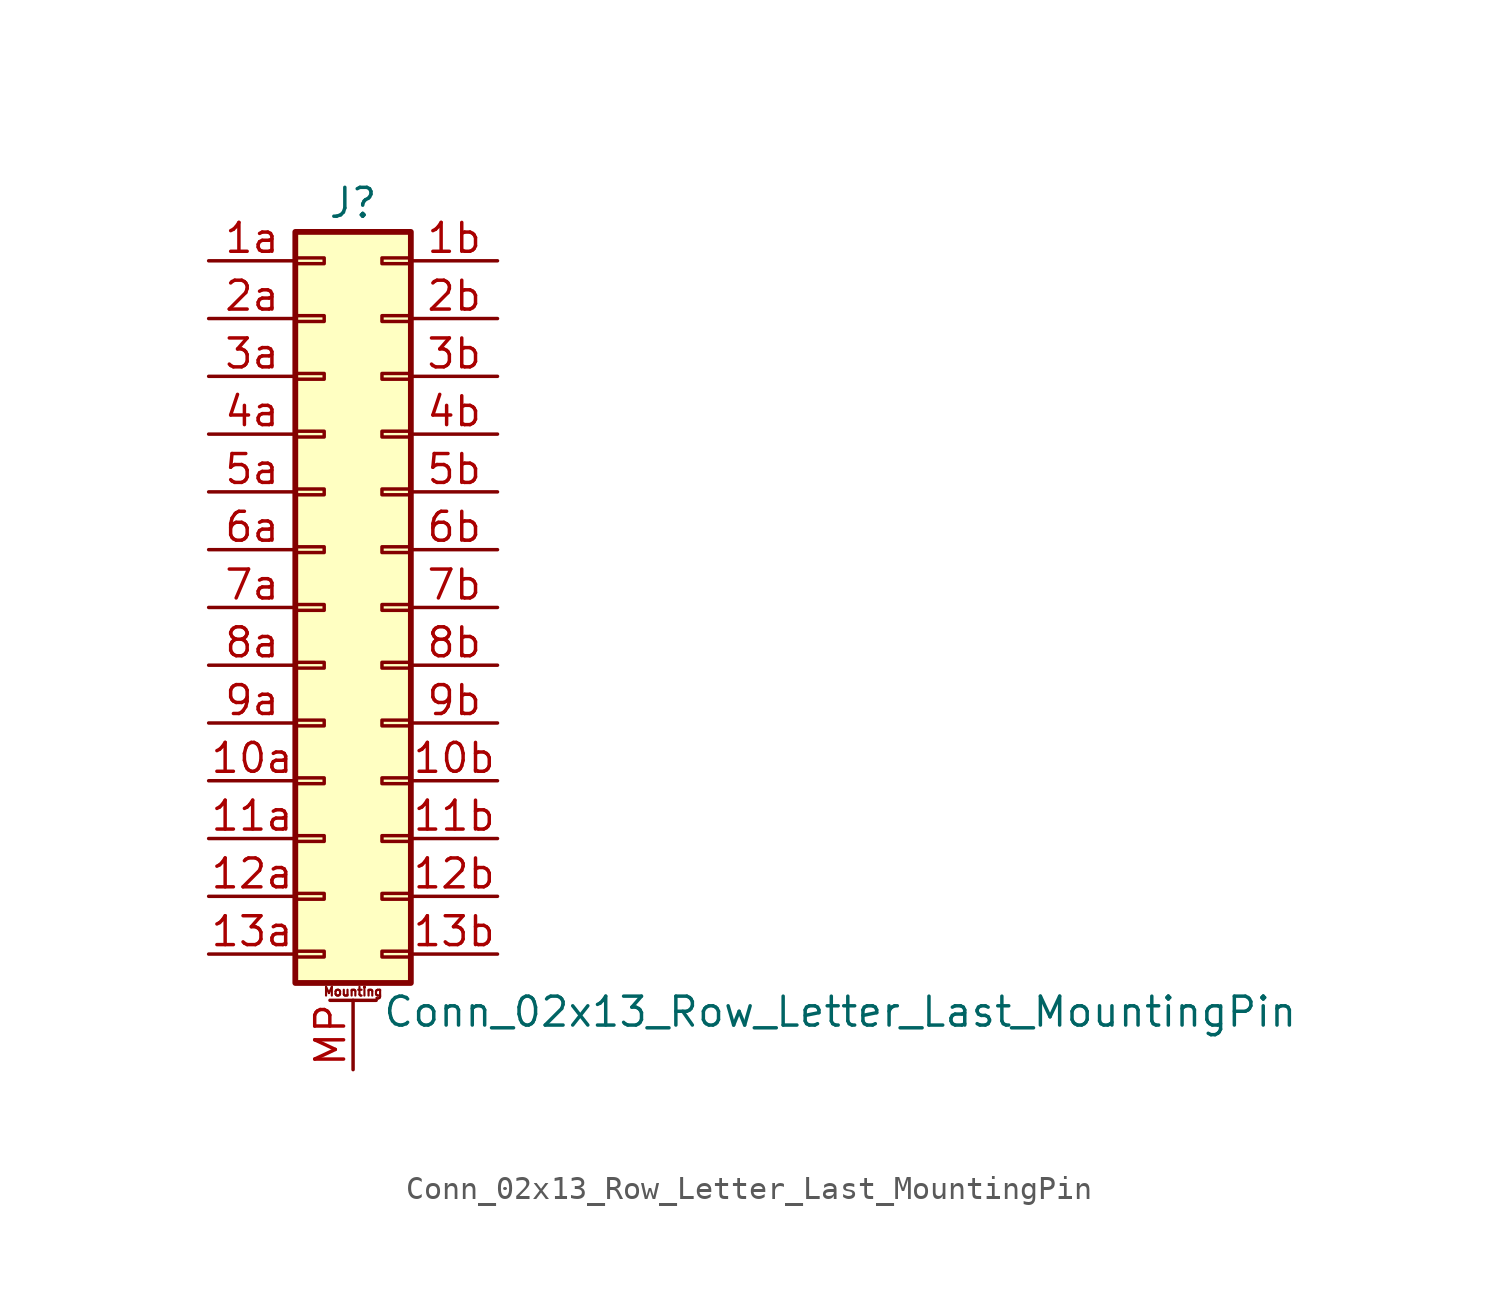
<source format=kicad_sym>
(kicad_symbol_lib
  (version 20211014)
  (generator kicad_symbol_editor)
  (symbol "Conn_02x13_Row_Letter_Last_MountingPin"
    (pin_names
      (offset 1.016) hide)
    (property "Reference" "J"
      (at 1.27 17.78 0)
      (effects (font (size 1.27 1.27))))
    (property "Value" "Conn_02x13_Row_Letter_Last_MountingPin"
      (at 2.54 -17.78 0)
      (effects (font (size 1.27 1.27)) (justify left)))
    (symbol "Conn_02x13_Row_Letter_Last_MountingPin_1_1"
      (rectangle (start -1.27 -15.113) (end 0 -15.367) (stroke (width 0.152) (type default) (color 0 0 0 0)) (fill (type none)))
      (rectangle (start -1.27 -12.573) (end 0 -12.827) (stroke (width 0.152) (type default) (color 0 0 0 0)) (fill (type none)))
      (rectangle (start -1.27 -10.033) (end 0 -10.287) (stroke (width 0.152) (type default) (color 0 0 0 0)) (fill (type none)))
      (rectangle (start -1.27 -7.493) (end 0 -7.747) (stroke (width 0.152) (type default) (color 0 0 0 0)) (fill (type none)))
      (rectangle (start -1.27 -4.953) (end 0 -5.207) (stroke (width 0.152) (type default) (color 0 0 0 0)) (fill (type none)))
      (rectangle (start -1.27 -2.413) (end 0 -2.667) (stroke (width 0.152) (type default) (color 0 0 0 0)) (fill (type none)))
      (rectangle (start -1.27 0.127) (end 0 -0.127) (stroke (width 0.152) (type default) (color 0 0 0 0)) (fill (type none)))
      (rectangle (start -1.27 2.667) (end 0 2.413) (stroke (width 0.152) (type default) (color 0 0 0 0)) (fill (type none)))
      (rectangle (start -1.27 5.207) (end 0 4.953) (stroke (width 0.152) (type default) (color 0 0 0 0)) (fill (type none)))
      (rectangle (start -1.27 7.747) (end 0 7.493) (stroke (width 0.152) (type default) (color 0 0 0 0)) (fill (type none)))
      (rectangle (start -1.27 10.287) (end 0 10.033) (stroke (width 0.152) (type default) (color 0 0 0 0)) (fill (type none)))
      (rectangle (start -1.27 12.827) (end 0 12.573) (stroke (width 0.152) (type default) (color 0 0 0 0)) (fill (type none)))
      (rectangle (start -1.27 15.367) (end 0 15.113) (stroke (width 0.152) (type default) (color 0 0 0 0)) (fill (type none)))
      (rectangle (start -1.27 16.51) (end 3.81 -16.51) (stroke (width 0.254) (type default) (color 0 0 0 0)) (fill (type background)))
      (polyline (pts (xy 0.254 -17.272) (xy 2.286 -17.272)) (stroke (width 0.152) (type default) (color 0 0 0 0)) (fill (type none)))
      (rectangle (start 3.81 -15.113) (end 2.54 -15.367) (stroke (width 0.152) (type default) (color 0 0 0 0)) (fill (type none)))
      (rectangle (start 3.81 -12.573) (end 2.54 -12.827) (stroke (width 0.152) (type default) (color 0 0 0 0)) (fill (type none)))
      (rectangle (start 3.81 -10.033) (end 2.54 -10.287) (stroke (width 0.152) (type default) (color 0 0 0 0)) (fill (type none)))
      (rectangle (start 3.81 -7.493) (end 2.54 -7.747) (stroke (width 0.152) (type default) (color 0 0 0 0)) (fill (type none)))
      (rectangle (start 3.81 -4.953) (end 2.54 -5.207) (stroke (width 0.152) (type default) (color 0 0 0 0)) (fill (type none)))
      (rectangle (start 3.81 -2.413) (end 2.54 -2.667) (stroke (width 0.152) (type default) (color 0 0 0 0)) (fill (type none)))
      (rectangle (start 3.81 0.127) (end 2.54 -0.127) (stroke (width 0.152) (type default) (color 0 0 0 0)) (fill (type none)))
      (rectangle (start 3.81 2.667) (end 2.54 2.413) (stroke (width 0.152) (type default) (color 0 0 0 0)) (fill (type none)))
      (rectangle (start 3.81 5.207) (end 2.54 4.953) (stroke (width 0.152) (type default) (color 0 0 0 0)) (fill (type none)))
      (rectangle (start 3.81 7.747) (end 2.54 7.493) (stroke (width 0.152) (type default) (color 0 0 0 0)) (fill (type none)))
      (rectangle (start 3.81 10.287) (end 2.54 10.033) (stroke (width 0.152) (type default) (color 0 0 0 0)) (fill (type none)))
      (rectangle (start 3.81 12.827) (end 2.54 12.573) (stroke (width 0.152) (type default) (color 0 0 0 0)) (fill (type none)))
      (rectangle (start 3.81 15.367) (end 2.54 15.113) (stroke (width 0.152) (type default) (color 0 0 0 0)) (fill (type none)))
      (text "Mounting" (at 1.27 -16.891 0) (effects (font (size 0.381 0.381))))
      (pin passive line (at -5.08 -7.62 0) (length 3.81) (name "Pin_10a" (effects (font (size 1.27 1.27)))) (number "10a" (effects (font (size 1.27 1.27)))))
      (pin passive line (at 7.62 -7.62 180) (length 3.81) (name "Pin_10b" (effects (font (size 1.27 1.27)))) (number "10b" (effects (font (size 1.27 1.27)))))
      (pin passive line (at -5.08 -10.16 0) (length 3.81) (name "Pin_11a" (effects (font (size 1.27 1.27)))) (number "11a" (effects (font (size 1.27 1.27)))))
      (pin passive line (at 7.62 -10.16 180) (length 3.81) (name "Pin_11b" (effects (font (size 1.27 1.27)))) (number "11b" (effects (font (size 1.27 1.27)))))
      (pin passive line (at -5.08 -12.7 0) (length 3.81) (name "Pin_12a" (effects (font (size 1.27 1.27)))) (number "12a" (effects (font (size 1.27 1.27)))))
      (pin passive line (at 7.62 -12.7 180) (length 3.81) (name "Pin_12b" (effects (font (size 1.27 1.27)))) (number "12b" (effects (font (size 1.27 1.27)))))
      (pin passive line (at -5.08 -15.24 0) (length 3.81) (name "Pin_13a" (effects (font (size 1.27 1.27)))) (number "13a" (effects (font (size 1.27 1.27)))))
      (pin passive line (at 7.62 -15.24 180) (length 3.81) (name "Pin_13b" (effects (font (size 1.27 1.27)))) (number "13b" (effects (font (size 1.27 1.27)))))
      (pin passive line (at -5.08 15.24 0) (length 3.81) (name "Pin_1a" (effects (font (size 1.27 1.27)))) (number "1a" (effects (font (size 1.27 1.27)))))
      (pin passive line (at 7.62 15.24 180) (length 3.81) (name "Pin_1b" (effects (font (size 1.27 1.27)))) (number "1b" (effects (font (size 1.27 1.27)))))
      (pin passive line (at -5.08 12.7 0) (length 3.81) (name "Pin_2a" (effects (font (size 1.27 1.27)))) (number "2a" (effects (font (size 1.27 1.27)))))
      (pin passive line (at 7.62 12.7 180) (length 3.81) (name "Pin_2b" (effects (font (size 1.27 1.27)))) (number "2b" (effects (font (size 1.27 1.27)))))
      (pin passive line (at -5.08 10.16 0) (length 3.81) (name "Pin_3a" (effects (font (size 1.27 1.27)))) (number "3a" (effects (font (size 1.27 1.27)))))
      (pin passive line (at 7.62 10.16 180) (length 3.81) (name "Pin_3b" (effects (font (size 1.27 1.27)))) (number "3b" (effects (font (size 1.27 1.27)))))
      (pin passive line (at -5.08 7.62 0) (length 3.81) (name "Pin_4a" (effects (font (size 1.27 1.27)))) (number "4a" (effects (font (size 1.27 1.27)))))
      (pin passive line (at 7.62 7.62 180) (length 3.81) (name "Pin_4b" (effects (font (size 1.27 1.27)))) (number "4b" (effects (font (size 1.27 1.27)))))
      (pin passive line (at -5.08 5.08 0) (length 3.81) (name "Pin_5a" (effects (font (size 1.27 1.27)))) (number "5a" (effects (font (size 1.27 1.27)))))
      (pin passive line (at 7.62 5.08 180) (length 3.81) (name "Pin_5b" (effects (font (size 1.27 1.27)))) (number "5b" (effects (font (size 1.27 1.27)))))
      (pin passive line (at -5.08 2.54 0) (length 3.81) (name "Pin_6a" (effects (font (size 1.27 1.27)))) (number "6a" (effects (font (size 1.27 1.27)))))
      (pin passive line (at 7.62 2.54 180) (length 3.81) (name "Pin_6b" (effects (font (size 1.27 1.27)))) (number "6b" (effects (font (size 1.27 1.27)))))
      (pin passive line (at -5.08 0 0) (length 3.81) (name "Pin_7a" (effects (font (size 1.27 1.27)))) (number "7a" (effects (font (size 1.27 1.27)))))
      (pin passive line (at 7.62 0 180) (length 3.81) (name "Pin_7b" (effects (font (size 1.27 1.27)))) (number "7b" (effects (font (size 1.27 1.27)))))
      (pin passive line (at -5.08 -2.54 0) (length 3.81) (name "Pin_8a" (effects (font (size 1.27 1.27)))) (number "8a" (effects (font (size 1.27 1.27)))))
      (pin passive line (at 7.62 -2.54 180) (length 3.81) (name "Pin_8b" (effects (font (size 1.27 1.27)))) (number "8b" (effects (font (size 1.27 1.27)))))
      (pin passive line (at -5.08 -5.08 0) (length 3.81) (name "Pin_9a" (effects (font (size 1.27 1.27)))) (number "9a" (effects (font (size 1.27 1.27)))))
      (pin passive line (at 7.62 -5.08 180) (length 3.81) (name "Pin_9b" (effects (font (size 1.27 1.27)))) (number "9b" (effects (font (size 1.27 1.27)))))
      (pin passive line (at 1.27 -20.32 90) (length 3.048) (name "MountPin" (effects (font (size 1.27 1.27)))) (number "MP" (effects (font (size 1.27 1.27))))))))
</source>
